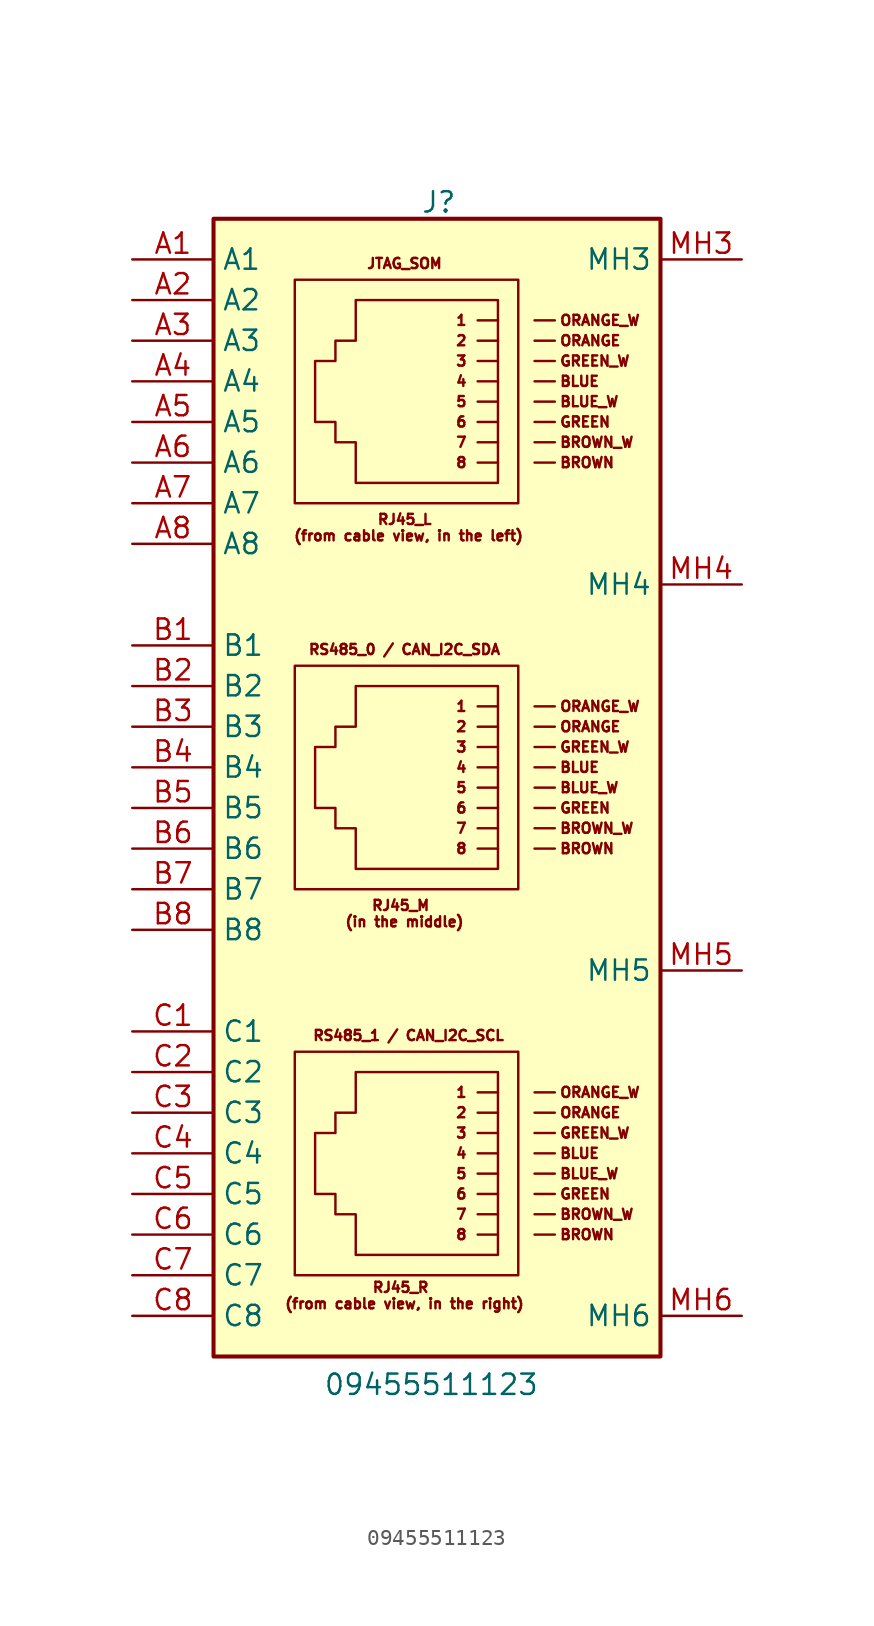
<source format=kicad_sym>
(kicad_symbol_lib
  (version 20231120)
  (generator "kicad_symbol_editor")
  (generator_version "8.0")
  (symbol "09455511123"
    (property "Reference" "J"
      (at 18.034 37.338 0)
      (effects (font (size 1.27 1.27)) (justify left top)))
    (property "Value" "09455511123"
      (at 11.938 -36.576 0)
      (effects (font (size 1.27 1.27)) (justify left top)))
    (symbol "09455511123_0_1"
      (polyline (pts (xy 22.86 -27.94) (xy 21.59 -27.94)) (stroke (width 0) (type default)) (fill (type none)))
      (polyline (pts (xy 22.86 -26.67) (xy 21.59 -26.67)) (stroke (width 0) (type default)) (fill (type none)))
      (polyline (pts (xy 22.86 -25.4) (xy 21.59 -25.4)) (stroke (width 0) (type default)) (fill (type none)))
      (polyline (pts (xy 22.86 -24.13) (xy 21.59 -24.13)) (stroke (width 0) (type default)) (fill (type none)))
      (polyline (pts (xy 22.86 -22.86) (xy 21.59 -22.86)) (stroke (width 0) (type default)) (fill (type none)))
      (polyline (pts (xy 22.86 -21.59) (xy 21.59 -21.59)) (stroke (width 0) (type default)) (fill (type none)))
      (polyline (pts (xy 22.86 -20.32) (xy 21.59 -20.32)) (stroke (width 0) (type default)) (fill (type none)))
      (polyline (pts (xy 22.86 -19.05) (xy 21.59 -19.05)) (stroke (width 0) (type default)) (fill (type none)))
      (polyline (pts (xy 22.86 -3.81) (xy 21.59 -3.81)) (stroke (width 0) (type default)) (fill (type none)))
      (polyline (pts (xy 22.86 -2.54) (xy 21.59 -2.54)) (stroke (width 0) (type default)) (fill (type none)))
      (polyline (pts (xy 22.86 -1.27) (xy 21.59 -1.27)) (stroke (width 0) (type default)) (fill (type none)))
      (polyline (pts (xy 22.86 0) (xy 21.59 0)) (stroke (width 0) (type default)) (fill (type none)))
      (polyline (pts (xy 22.86 1.27) (xy 21.59 1.27)) (stroke (width 0) (type default)) (fill (type none)))
      (polyline (pts (xy 22.86 2.54) (xy 21.59 2.54)) (stroke (width 0) (type default)) (fill (type none)))
      (polyline (pts (xy 22.86 3.81) (xy 21.59 3.81)) (stroke (width 0) (type default)) (fill (type none)))
      (polyline (pts (xy 22.86 5.08) (xy 21.59 5.08)) (stroke (width 0) (type default)) (fill (type none)))
      (polyline (pts (xy 22.86 20.32) (xy 21.59 20.32)) (stroke (width 0) (type default)) (fill (type none)))
      (polyline (pts (xy 22.86 21.59) (xy 21.59 21.59)) (stroke (width 0) (type default)) (fill (type none)))
      (polyline (pts (xy 22.86 22.86) (xy 21.59 22.86)) (stroke (width 0) (type default)) (fill (type none)))
      (polyline (pts (xy 22.86 24.13) (xy 21.59 24.13)) (stroke (width 0) (type default)) (fill (type none)))
      (polyline (pts (xy 22.86 25.4) (xy 21.59 25.4)) (stroke (width 0) (type default)) (fill (type none)))
      (polyline (pts (xy 22.86 26.67) (xy 21.59 26.67)) (stroke (width 0) (type default)) (fill (type none)))
      (polyline (pts (xy 22.86 27.94) (xy 21.59 27.94)) (stroke (width 0) (type default)) (fill (type none)))
      (polyline (pts (xy 22.86 29.21) (xy 21.59 29.21)) (stroke (width 0) (type default)) (fill (type none)))
      (polyline (pts (xy 26.416 -27.94) (xy 25.146 -27.94)) (stroke (width 0) (type default)) (fill (type none)))
      (polyline (pts (xy 26.416 -26.67) (xy 25.146 -26.67)) (stroke (width 0) (type default)) (fill (type none)))
      (polyline (pts (xy 26.416 -25.4) (xy 25.146 -25.4)) (stroke (width 0) (type default)) (fill (type none)))
      (polyline (pts (xy 26.416 -24.13) (xy 25.146 -24.13)) (stroke (width 0) (type default)) (fill (type none)))
      (polyline (pts (xy 26.416 -22.86) (xy 25.146 -22.86)) (stroke (width 0) (type default)) (fill (type none)))
      (polyline (pts (xy 26.416 -21.59) (xy 25.146 -21.59)) (stroke (width 0) (type default)) (fill (type none)))
      (polyline (pts (xy 26.416 -20.32) (xy 25.146 -20.32)) (stroke (width 0) (type default)) (fill (type none)))
      (polyline (pts (xy 26.416 -19.05) (xy 25.146 -19.05)) (stroke (width 0) (type default)) (fill (type none)))
      (polyline (pts (xy 26.416 -3.81) (xy 25.146 -3.81)) (stroke (width 0) (type default)) (fill (type none)))
      (polyline (pts (xy 26.416 -2.54) (xy 25.146 -2.54)) (stroke (width 0) (type default)) (fill (type none)))
      (polyline (pts (xy 26.416 -1.27) (xy 25.146 -1.27)) (stroke (width 0) (type default)) (fill (type none)))
      (polyline (pts (xy 26.416 0) (xy 25.146 0)) (stroke (width 0) (type default)) (fill (type none)))
      (polyline (pts (xy 26.416 1.27) (xy 25.146 1.27)) (stroke (width 0) (type default)) (fill (type none)))
      (polyline (pts (xy 26.416 2.54) (xy 25.146 2.54)) (stroke (width 0) (type default)) (fill (type none)))
      (polyline (pts (xy 26.416 3.81) (xy 25.146 3.81)) (stroke (width 0) (type default)) (fill (type none)))
      (polyline (pts (xy 26.416 5.08) (xy 25.146 5.08)) (stroke (width 0) (type default)) (fill (type none)))
      (polyline (pts (xy 26.416 20.32) (xy 25.146 20.32)) (stroke (width 0) (type default)) (fill (type none)))
      (polyline (pts (xy 26.416 21.59) (xy 25.146 21.59)) (stroke (width 0) (type default)) (fill (type none)))
      (polyline (pts (xy 26.416 22.86) (xy 25.146 22.86)) (stroke (width 0) (type default)) (fill (type none)))
      (polyline (pts (xy 26.416 24.13) (xy 25.146 24.13)) (stroke (width 0) (type default)) (fill (type none)))
      (polyline (pts (xy 26.416 25.4) (xy 25.146 25.4)) (stroke (width 0) (type default)) (fill (type none)))
      (polyline (pts (xy 26.416 26.67) (xy 25.146 26.67)) (stroke (width 0) (type default)) (fill (type none)))
      (polyline (pts (xy 26.416 27.94) (xy 25.146 27.94)) (stroke (width 0) (type default)) (fill (type none)))
      (polyline (pts (xy 26.416 29.21) (xy 25.146 29.21)) (stroke (width 0) (type default)) (fill (type none))))
    (symbol "09455511123_1_1"
      (polyline (pts (xy 22.86 -29.21) (xy 22.86 -17.78) (xy 13.97 -17.78) (xy 13.97 -20.32) (xy 12.7 -20.32) (xy 12.7 -21.59) (xy 11.43 -21.59) (xy 11.43 -25.4) (xy 12.7 -25.4) (xy 12.7 -26.67) (xy 13.97 -26.67) (xy 13.97 -29.21) (xy 22.86 -29.21)) (stroke (width 0) (type default)) (fill (type none)))
      (polyline (pts (xy 22.86 -5.08) (xy 22.86 6.35) (xy 13.97 6.35) (xy 13.97 3.81) (xy 12.7 3.81) (xy 12.7 2.54) (xy 11.43 2.54) (xy 11.43 -1.27) (xy 12.7 -1.27) (xy 12.7 -2.54) (xy 13.97 -2.54) (xy 13.97 -5.08) (xy 22.86 -5.08)) (stroke (width 0) (type default)) (fill (type none)))
      (polyline (pts (xy 22.86 19.05) (xy 22.86 30.48) (xy 13.97 30.48) (xy 13.97 27.94) (xy 12.7 27.94) (xy 12.7 26.67) (xy 11.43 26.67) (xy 11.43 22.86) (xy 12.7 22.86) (xy 12.7 21.59) (xy 13.97 21.59) (xy 13.97 19.05) (xy 22.86 19.05)) (stroke (width 0) (type default)) (fill (type none)))
      (rectangle (start 5.08 35.56) (end 33.02 -35.56) (stroke (width 0.254) (type default)) (fill (type background)))
      (rectangle (start 10.16 -16.51) (end 24.13 -30.48) (stroke (width 0) (type default)) (fill (type none)))
      (rectangle (start 10.16 7.62) (end 24.13 -6.35) (stroke (width 0) (type default)) (fill (type none)))
      (rectangle (start 10.16 31.75) (end 24.13 17.78) (stroke (width 0) (type default)) (fill (type none)))
      (text "1" (at 20.574 -19.05 0) (effects (font (size 0.635 0.635))))
      (text "1" (at 20.574 5.08 0) (effects (font (size 0.635 0.635))))
      (text "1" (at 20.574 29.21 0) (effects (font (size 0.635 0.635))))
      (text "2" (at 20.574 -20.32 0) (effects (font (size 0.635 0.635))))
      (text "2" (at 20.574 3.81 0) (effects (font (size 0.635 0.635))))
      (text "2" (at 20.574 27.94 0) (effects (font (size 0.635 0.635))))
      (text "3" (at 20.574 -21.59 0) (effects (font (size 0.635 0.635))))
      (text "3" (at 20.574 2.54 0) (effects (font (size 0.635 0.635))))
      (text "3" (at 20.574 26.67 0) (effects (font (size 0.635 0.635))))
      (text "4" (at 20.574 -22.86 0) (effects (font (size 0.635 0.635))))
      (text "4" (at 20.574 1.27 0) (effects (font (size 0.635 0.635))))
      (text "4" (at 20.574 25.4 0) (effects (font (size 0.635 0.635))))
      (text "5" (at 20.574 -24.13 0) (effects (font (size 0.635 0.635))))
      (text "5" (at 20.574 0 0) (effects (font (size 0.635 0.635))))
      (text "5" (at 20.574 24.13 0) (effects (font (size 0.635 0.635))))
      (text "6" (at 20.574 -25.4 0) (effects (font (size 0.635 0.635))))
      (text "6" (at 20.574 -1.27 0) (effects (font (size 0.635 0.635))))
      (text "6" (at 20.574 22.86 0) (effects (font (size 0.635 0.635))))
      (text "7" (at 20.574 -26.67 0) (effects (font (size 0.635 0.635))))
      (text "7" (at 20.574 -2.54 0) (effects (font (size 0.635 0.635))))
      (text "7" (at 20.574 21.59 0) (effects (font (size 0.635 0.635))))
      (text "8" (at 20.574 -27.94 0) (effects (font (size 0.635 0.635))))
      (text "8" (at 20.574 -3.81 0) (effects (font (size 0.635 0.635))))
      (text "8" (at 20.574 20.32 0) (effects (font (size 0.635 0.635))))
      (text "BLUE" (at 26.67 -22.86 0) (effects (font (size 0.635 0.635)) (justify left)))
      (text "BLUE" (at 26.67 1.27 0) (effects (font (size 0.635 0.635)) (justify left)))
      (text "BLUE" (at 26.67 25.4 0) (effects (font (size 0.635 0.635)) (justify left)))
      (text "BLUE_W" (at 26.67 -24.13 0) (effects (font (size 0.635 0.635)) (justify left)))
      (text "BLUE_W" (at 26.67 0 0) (effects (font (size 0.635 0.635)) (justify left)))
      (text "BLUE_W" (at 26.67 24.13 0) (effects (font (size 0.635 0.635)) (justify left)))
      (text "BROWN" (at 26.67 -27.94 0) (effects (font (size 0.635 0.635)) (justify left)))
      (text "BROWN" (at 26.67 -3.81 0) (effects (font (size 0.635 0.635)) (justify left)))
      (text "BROWN" (at 26.67 20.32 0) (effects (font (size 0.635 0.635)) (justify left)))
      (text "BROWN_W" (at 26.67 -26.67 0) (effects (font (size 0.635 0.635)) (justify left)))
      (text "BROWN_W" (at 26.67 -2.54 0) (effects (font (size 0.635 0.635)) (justify left)))
      (text "BROWN_W" (at 26.67 21.59 0) (effects (font (size 0.635 0.635)) (justify left)))
      (text "GREEN" (at 26.67 -25.4 0) (effects (font (size 0.635 0.635)) (justify left)))
      (text "GREEN" (at 26.67 -1.27 0) (effects (font (size 0.635 0.635)) (justify left)))
      (text "GREEN" (at 26.67 22.86 0) (effects (font (size 0.635 0.635)) (justify left)))
      (text "GREEN_W" (at 26.67 -21.59 0) (effects (font (size 0.635 0.635)) (justify left)))
      (text "GREEN_W" (at 26.67 2.54 0) (effects (font (size 0.635 0.635)) (justify left)))
      (text "GREEN_W" (at 26.67 26.67 0) (effects (font (size 0.635 0.635)) (justify left)))
      (text "JTAG_SOM" (at 17.018 32.766 0) (effects (font (size 0.635 0.635))))
      (text "ORANGE" (at 26.67 -20.32 0) (effects (font (size 0.635 0.635)) (justify left)))
      (text "ORANGE" (at 26.67 3.81 0) (effects (font (size 0.635 0.635)) (justify left)))
      (text "ORANGE" (at 26.67 27.94 0) (effects (font (size 0.635 0.635)) (justify left)))
      (text "ORANGE_W" (at 26.67 -19.05 0) (effects (font (size 0.635 0.635)) (justify left)))
      (text "ORANGE_W" (at 26.67 5.08 0) (effects (font (size 0.635 0.635)) (justify left)))
      (text "ORANGE_W" (at 26.67 29.21 0) (effects (font (size 0.635 0.635)) (justify left)))
      (text "RJ45_L \n(from cable view, in the left)" (at 17.272 16.256 0) (effects (font (size 0.635 0.635))))
      (text "RJ45_M \n(in the middle)" (at 17.018 -7.874 0) (effects (font (size 0.635 0.635))))
      (text "RJ45_R \n(from cable view, in the right)" (at 17.018 -31.75 0) (effects (font (size 0.635 0.635))))
      (text "RS485_0 / CAN_I2C_SDA" (at 17.018 8.636 0) (effects (font (size 0.635 0.635))))
      (text "RS485_1 / CAN_I2C_SCL" (at 17.272 -15.494 0) (effects (font (size 0.635 0.635))))
      (pin passive line (at 0 33.02 0) (length 5.08) (name "A1" (effects (font (size 1.27 1.27)))) (number "A1" (effects (font (size 1.27 1.27)))))
      (pin passive line (at 0 30.48 0) (length 5.08) (name "A2" (effects (font (size 1.27 1.27)))) (number "A2" (effects (font (size 1.27 1.27)))))
      (pin passive line (at 0 27.94 0) (length 5.08) (name "A3" (effects (font (size 1.27 1.27)))) (number "A3" (effects (font (size 1.27 1.27)))))
      (pin passive line (at 0 25.4 0) (length 5.08) (name "A4" (effects (font (size 1.27 1.27)))) (number "A4" (effects (font (size 1.27 1.27)))))
      (pin passive line (at 0 22.86 0) (length 5.08) (name "A5" (effects (font (size 1.27 1.27)))) (number "A5" (effects (font (size 1.27 1.27)))))
      (pin passive line (at 0 20.32 0) (length 5.08) (name "A6" (effects (font (size 1.27 1.27)))) (number "A6" (effects (font (size 1.27 1.27)))))
      (pin passive line (at 0 17.78 0) (length 5.08) (name "A7" (effects (font (size 1.27 1.27)))) (number "A7" (effects (font (size 1.27 1.27)))))
      (pin passive line (at 0 15.24 0) (length 5.08) (name "A8" (effects (font (size 1.27 1.27)))) (number "A8" (effects (font (size 1.27 1.27)))))
      (pin passive line (at 0 8.89 0) (length 5.08) (name "B1" (effects (font (size 1.27 1.27)))) (number "B1" (effects (font (size 1.27 1.27)))))
      (pin passive line (at 0 6.35 0) (length 5.08) (name "B2" (effects (font (size 1.27 1.27)))) (number "B2" (effects (font (size 1.27 1.27)))))
      (pin passive line (at 0 3.81 0) (length 5.08) (name "B3" (effects (font (size 1.27 1.27)))) (number "B3" (effects (font (size 1.27 1.27)))))
      (pin passive line (at 0 1.27 0) (length 5.08) (name "B4" (effects (font (size 1.27 1.27)))) (number "B4" (effects (font (size 1.27 1.27)))))
      (pin passive line (at 0 -1.27 0) (length 5.08) (name "B5" (effects (font (size 1.27 1.27)))) (number "B5" (effects (font (size 1.27 1.27)))))
      (pin passive line (at 0 -3.81 0) (length 5.08) (name "B6" (effects (font (size 1.27 1.27)))) (number "B6" (effects (font (size 1.27 1.27)))))
      (pin passive line (at 0 -6.35 0) (length 5.08) (name "B7" (effects (font (size 1.27 1.27)))) (number "B7" (effects (font (size 1.27 1.27)))))
      (pin passive line (at 0 -8.89 0) (length 5.08) (name "B8" (effects (font (size 1.27 1.27)))) (number "B8" (effects (font (size 1.27 1.27)))))
      (pin passive line (at 0 -15.24 0) (length 5.08) (name "C1" (effects (font (size 1.27 1.27)))) (number "C1" (effects (font (size 1.27 1.27)))))
      (pin passive line (at 0 -17.78 0) (length 5.08) (name "C2" (effects (font (size 1.27 1.27)))) (number "C2" (effects (font (size 1.27 1.27)))))
      (pin passive line (at 0 -20.32 0) (length 5.08) (name "C3" (effects (font (size 1.27 1.27)))) (number "C3" (effects (font (size 1.27 1.27)))))
      (pin passive line (at 0 -22.86 0) (length 5.08) (name "C4" (effects (font (size 1.27 1.27)))) (number "C4" (effects (font (size 1.27 1.27)))))
      (pin passive line (at 0 -25.4 0) (length 5.08) (name "C5" (effects (font (size 1.27 1.27)))) (number "C5" (effects (font (size 1.27 1.27)))))
      (pin passive line (at 0 -27.94 0) (length 5.08) (name "C6" (effects (font (size 1.27 1.27)))) (number "C6" (effects (font (size 1.27 1.27)))))
      (pin passive line (at 0 -30.48 0) (length 5.08) (name "C7" (effects (font (size 1.27 1.27)))) (number "C7" (effects (font (size 1.27 1.27)))))
      (pin passive line (at 0 -33.02 0) (length 5.08) (name "C8" (effects (font (size 1.27 1.27)))) (number "C8" (effects (font (size 1.27 1.27)))))
      (pin passive line (at 38.1 33.02 180) (length 5.08) (name "MH3" (effects (font (size 1.27 1.27)))) (number "MH3" (effects (font (size 1.27 1.27)))))
      (pin passive line (at 38.1 12.7 180) (length 5.08) (name "MH4" (effects (font (size 1.27 1.27)))) (number "MH4" (effects (font (size 1.27 1.27)))))
      (pin passive line (at 38.1 -11.43 180) (length 5.08) (name "MH5" (effects (font (size 1.27 1.27)))) (number "MH5" (effects (font (size 1.27 1.27)))))
      (pin passive line (at 38.1 -33.02 180) (length 5.08) (name "MH6" (effects (font (size 1.27 1.27)))) (number "MH6" (effects (font (size 1.27 1.27))))))))
</source>
